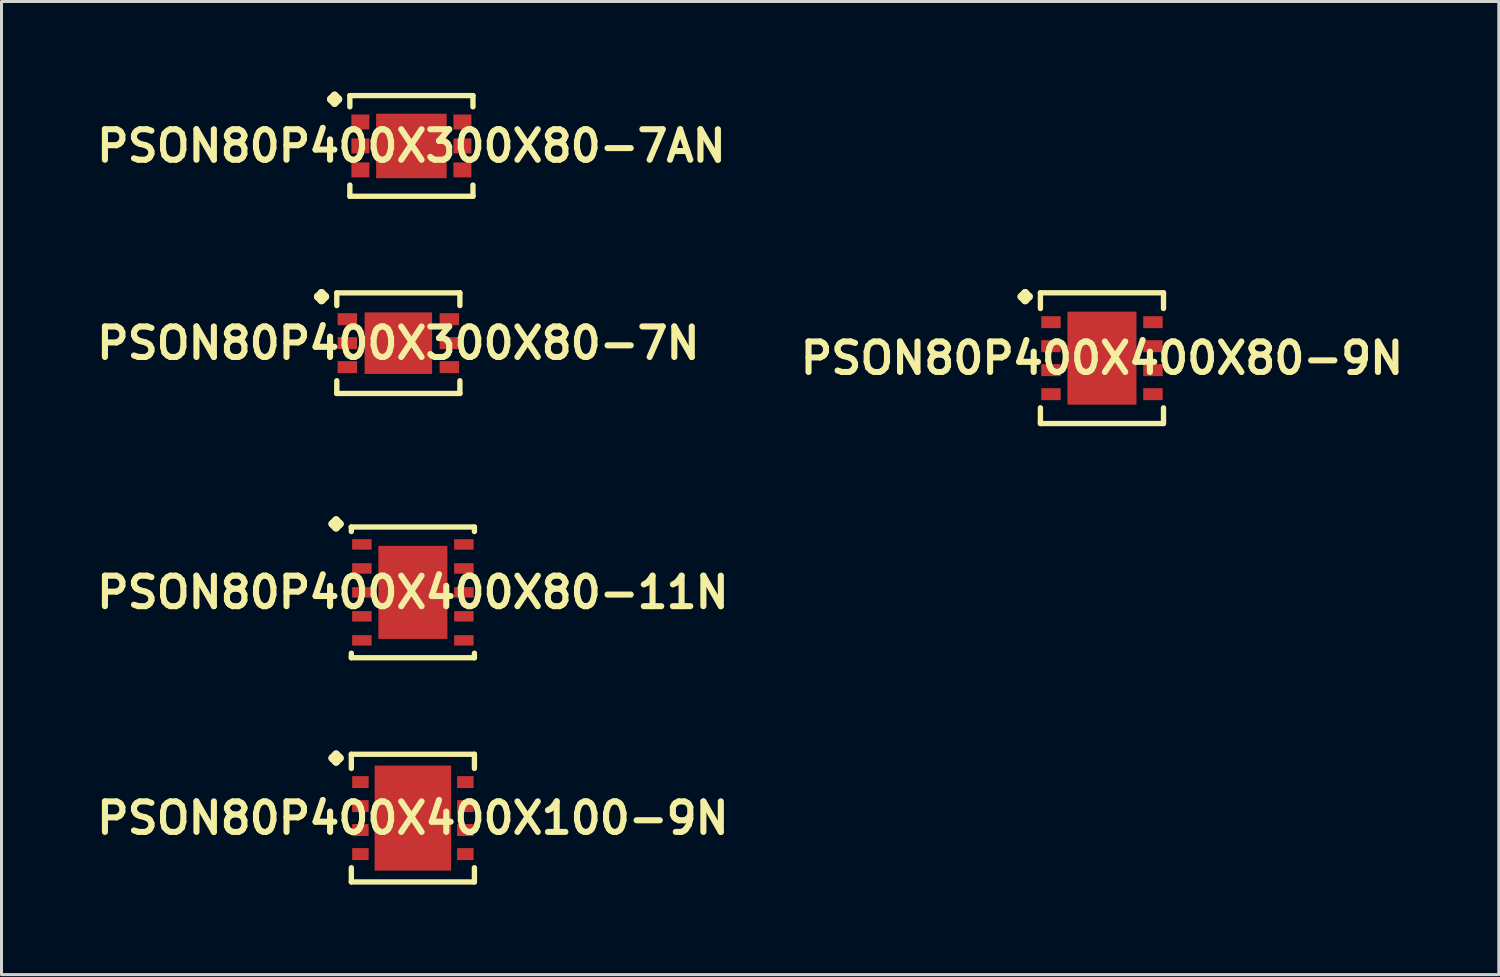
<source format=kicad_pcb>
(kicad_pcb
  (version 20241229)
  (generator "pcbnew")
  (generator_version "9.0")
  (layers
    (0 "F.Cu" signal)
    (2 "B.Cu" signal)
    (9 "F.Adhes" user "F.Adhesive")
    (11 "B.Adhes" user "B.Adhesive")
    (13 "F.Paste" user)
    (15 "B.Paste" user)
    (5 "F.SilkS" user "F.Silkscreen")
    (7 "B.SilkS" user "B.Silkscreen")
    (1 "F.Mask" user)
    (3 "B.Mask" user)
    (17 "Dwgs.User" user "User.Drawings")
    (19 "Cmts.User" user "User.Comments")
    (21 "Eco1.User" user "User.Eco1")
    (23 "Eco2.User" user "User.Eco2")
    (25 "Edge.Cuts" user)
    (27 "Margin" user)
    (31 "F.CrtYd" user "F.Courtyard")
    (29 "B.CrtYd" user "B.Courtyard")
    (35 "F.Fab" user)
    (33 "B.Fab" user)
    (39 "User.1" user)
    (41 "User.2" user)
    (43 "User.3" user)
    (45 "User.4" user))
  (footprint "PSON80P400X400X80-9N"
    (layer "F.Cu")
    (at 33.654 8.88)
    (property "Reference" "PSON80P400X400X80-9N" (at 0 0 0) (layer "F.SilkS") (effects (font (size 1.016 1.016) (thickness 0.203))))
    (attr smd)
    (fp_line (start -2.685 -2.05) (end -2.558 -2.177) (stroke (width 0.254) (type solid)) (layer "F.SilkS"))
    (fp_line (start -2.558 -2.177) (end -2.431 -2.05) (stroke (width 0.254) (type solid)) (layer "F.SilkS"))
    (fp_line (start -2.558 -1.923) (end -2.685 -2.05) (stroke (width 0.254) (type solid)) (layer "F.SilkS"))
    (fp_line (start -2.431 -2.05) (end -2.558 -1.923) (stroke (width 0.254) (type solid)) (layer "F.SilkS"))
    (fp_line (start -2.05 -2.177) (end 2.05 -2.177) (stroke (width 0.178) (type solid)) (layer "F.SilkS"))
    (fp_line (start -2.05 -1.654) (end -2.05 -2.177) (stroke (width 0.178) (type solid)) (layer "F.SilkS"))
    (fp_line (start -2.05 1.654) (end -2.05 2.177) (stroke (width 0.178) (type solid)) (layer "F.SilkS"))
    (fp_line (start -2.05 2.177) (end 2.05 2.177) (stroke (width 0.178) (type solid)) (layer "F.SilkS"))
    (fp_line (start 2.05 -2.177) (end 2.05 -1.654) (stroke (width 0.178) (type solid)) (layer "F.SilkS"))
    (fp_line (start 2.05 2.177) (end 2.05 1.654) (stroke (width 0.178) (type solid)) (layer "F.SilkS"))
    (pad "1" smd rect (at -1.699 -1.199) (size 0.648 0.399) (layers "F.Cu" "F.Mask" "F.Paste"))
    (pad "2" smd rect (at -1.699 -0.399) (size 0.648 0.399) (layers "F.Cu" "F.Mask" "F.Paste"))
    (pad "3" smd rect (at -1.699 0.399) (size 0.648 0.399) (layers "F.Cu" "F.Mask" "F.Paste"))
    (pad "4" smd rect (at -1.699 1.199) (size 0.648 0.399) (layers "F.Cu" "F.Mask" "F.Paste"))
    (pad "5" smd rect (at 1.699 1.199) (size 0.648 0.399) (layers "F.Cu" "F.Mask" "F.Paste"))
    (pad "6" smd rect (at 1.699 0.399) (size 0.648 0.399) (layers "F.Cu" "F.Mask" "F.Paste"))
    (pad "7" smd rect (at 1.699 -0.399) (size 0.648 0.399) (layers "F.Cu" "F.Mask" "F.Paste"))
    (pad "8" smd rect (at 1.699 -1.199) (size 0.648 0.399) (layers "F.Cu" "F.Mask" "F.Paste"))
    (pad "9" smd rect (at 0 0) (size 2.299 3.099) (layers "F.Cu" "F.Mask" "F.Paste")))
  (footprint "PSON80P400X400X80-11N"
    (layer "F.Cu")
    (at 10.702 16.681)
    (property "Reference" "PSON80P400X400X80-11N" (at 0 0 0) (layer "F.SilkS") (effects (font (size 1.016 1.016) (thickness 0.203))))
    (attr smd)
    (fp_line (start -2.685 -2.281) (end -2.558 -2.408) (stroke (width 0.254) (type solid)) (layer "F.SilkS"))
    (fp_line (start -2.558 -2.408) (end -2.431 -2.281) (stroke (width 0.254) (type solid)) (layer "F.SilkS"))
    (fp_line (start -2.558 -2.154) (end -2.685 -2.281) (stroke (width 0.254) (type solid)) (layer "F.SilkS"))
    (fp_line (start -2.431 -2.281) (end -2.558 -2.154) (stroke (width 0.254) (type solid)) (layer "F.SilkS"))
    (fp_line (start -2.05 -2.177) (end 2.05 -2.177) (stroke (width 0.178) (type solid)) (layer "F.SilkS"))
    (fp_line (start -2.05 -2.027) (end -2.05 -2.177) (stroke (width 0.178) (type solid)) (layer "F.SilkS"))
    (fp_line (start -2.05 2.027) (end -2.05 2.177) (stroke (width 0.178) (type solid)) (layer "F.SilkS"))
    (fp_line (start -2.05 2.177) (end 2.05 2.177) (stroke (width 0.178) (type solid)) (layer "F.SilkS"))
    (fp_line (start 2.05 -2.177) (end 2.05 -2.027) (stroke (width 0.178) (type solid)) (layer "F.SilkS"))
    (fp_line (start 2.05 2.177) (end 2.05 2.027) (stroke (width 0.178) (type solid)) (layer "F.SilkS"))
    (pad "1" smd rect (at -1.699 -1.598) (size 0.648 0.348) (layers "F.Cu" "F.Mask" "F.Paste"))
    (pad "2" smd rect (at -1.699 -0.798) (size 0.648 0.348) (layers "F.Cu" "F.Mask" "F.Paste"))
    (pad "3" smd rect (at -1.699 0) (size 0.648 0.348) (layers "F.Cu" "F.Mask" "F.Paste"))
    (pad "4" smd rect (at -1.699 0.798) (size 0.648 0.348) (layers "F.Cu" "F.Mask" "F.Paste"))
    (pad "5" smd rect (at -1.699 1.598) (size 0.648 0.348) (layers "F.Cu" "F.Mask" "F.Paste"))
    (pad "6" smd rect (at 1.699 1.598) (size 0.648 0.348) (layers "F.Cu" "F.Mask" "F.Paste"))
    (pad "7" smd rect (at 1.699 0.798) (size 0.648 0.348) (layers "F.Cu" "F.Mask" "F.Paste"))
    (pad "8" smd rect (at 1.699 0) (size 0.648 0.348) (layers "F.Cu" "F.Mask" "F.Paste"))
    (pad "9" smd rect (at 1.699 -0.798) (size 0.648 0.348) (layers "F.Cu" "F.Mask" "F.Paste"))
    (pad "10" smd rect (at 1.699 -1.598) (size 0.648 0.348) (layers "F.Cu" "F.Mask" "F.Paste"))
    (pad "11" smd rect (at 0 0) (size 2.299 3.099) (layers "F.Cu" "F.Mask" "F.Paste")))
  (footprint "PSON80P400X300X80-7N"
    (layer "F.Cu")
    (at 10.218 8.38)
    (property "Reference" "PSON80P400X300X80-7N" (at 0 0 0) (layer "F.SilkS") (effects (font (size 1.016 1.016) (thickness 0.203))))
    (attr smd)
    (fp_line (start -2.685 -1.549) (end -2.558 -1.676) (stroke (width 0.254) (type solid)) (layer "F.SilkS"))
    (fp_line (start -2.558 -1.676) (end -2.431 -1.549) (stroke (width 0.254) (type solid)) (layer "F.SilkS"))
    (fp_line (start -2.558 -1.422) (end -2.685 -1.549) (stroke (width 0.254) (type solid)) (layer "F.SilkS"))
    (fp_line (start -2.431 -1.549) (end -2.558 -1.422) (stroke (width 0.254) (type solid)) (layer "F.SilkS"))
    (fp_line (start -2.05 -1.676) (end 2.05 -1.676) (stroke (width 0.178) (type solid)) (layer "F.SilkS"))
    (fp_line (start -2.05 -1.252) (end -2.05 -1.676) (stroke (width 0.178) (type solid)) (layer "F.SilkS"))
    (fp_line (start -2.05 1.252) (end -2.05 1.676) (stroke (width 0.178) (type solid)) (layer "F.SilkS"))
    (fp_line (start -2.05 1.676) (end 2.05 1.676) (stroke (width 0.178) (type solid)) (layer "F.SilkS"))
    (fp_line (start 2.05 -1.676) (end 2.05 -1.252) (stroke (width 0.178) (type solid)) (layer "F.SilkS"))
    (fp_line (start 2.05 1.676) (end 2.05 1.252) (stroke (width 0.178) (type solid)) (layer "F.SilkS"))
    (pad "1" smd rect (at -1.699 -0.798) (size 0.648 0.399) (layers "F.Cu" "F.Mask" "F.Paste"))
    (pad "2" smd rect (at -1.699 0) (size 0.648 0.399) (layers "F.Cu" "F.Mask" "F.Paste"))
    (pad "3" smd rect (at -1.699 0.798) (size 0.648 0.399) (layers "F.Cu" "F.Mask" "F.Paste"))
    (pad "4" smd rect (at 1.699 0.798) (size 0.648 0.399) (layers "F.Cu" "F.Mask" "F.Paste"))
    (pad "5" smd rect (at 1.699 0) (size 0.648 0.399) (layers "F.Cu" "F.Mask" "F.Paste"))
    (pad "6" smd rect (at 1.699 -0.798) (size 0.648 0.399) (layers "F.Cu" "F.Mask" "F.Paste"))
    (pad "7" smd rect (at 0 0) (size 2.248 2.05) (layers "F.Cu" "F.Mask" "F.Paste")))
  (footprint "PSON80P400X400X100-9N"
    (layer "F.Cu")
    (at 10.702 24.199)
    (property "Reference" "PSON80P400X400X100-9N" (at 0 0 0) (layer "F.SilkS") (effects (font (size 1.016 1.016) (thickness 0.203))))
    (attr smd)
    (fp_line (start -2.685 -1.999) (end -2.558 -2.126) (stroke (width 0.254) (type solid)) (layer "F.SilkS"))
    (fp_line (start -2.558 -2.126) (end -2.431 -1.999) (stroke (width 0.254) (type solid)) (layer "F.SilkS"))
    (fp_line (start -2.558 -1.872) (end -2.685 -1.999) (stroke (width 0.254) (type solid)) (layer "F.SilkS"))
    (fp_line (start -2.431 -1.999) (end -2.558 -1.872) (stroke (width 0.254) (type solid)) (layer "F.SilkS"))
    (fp_line (start -2.05 -2.126) (end 2.05 -2.126) (stroke (width 0.178) (type solid)) (layer "F.SilkS"))
    (fp_line (start -2.05 -1.654) (end -2.05 -2.126) (stroke (width 0.178) (type solid)) (layer "F.SilkS"))
    (fp_line (start -2.05 1.654) (end -2.05 2.126) (stroke (width 0.178) (type solid)) (layer "F.SilkS"))
    (fp_line (start -2.05 2.126) (end 2.05 2.126) (stroke (width 0.178) (type solid)) (layer "F.SilkS"))
    (fp_line (start 2.05 -2.126) (end 2.05 -1.654) (stroke (width 0.178) (type solid)) (layer "F.SilkS"))
    (fp_line (start 2.05 2.126) (end 2.05 1.654) (stroke (width 0.178) (type solid)) (layer "F.SilkS"))
    (pad "1" smd rect (at -1.748 -1.199) (size 0.549 0.399) (layers "F.Cu" "F.Mask" "F.Paste"))
    (pad "2" smd rect (at -1.748 -0.399) (size 0.549 0.399) (layers "F.Cu" "F.Mask" "F.Paste"))
    (pad "3" smd rect (at -1.748 0.399) (size 0.549 0.399) (layers "F.Cu" "F.Mask" "F.Paste"))
    (pad "4" smd rect (at -1.748 1.199) (size 0.549 0.399) (layers "F.Cu" "F.Mask" "F.Paste"))
    (pad "5" smd rect (at 1.748 1.199) (size 0.549 0.399) (layers "F.Cu" "F.Mask" "F.Paste"))
    (pad "6" smd rect (at 1.748 0.399) (size 0.549 0.399) (layers "F.Cu" "F.Mask" "F.Paste"))
    (pad "7" smd rect (at 1.748 -0.399) (size 0.549 0.399) (layers "F.Cu" "F.Mask" "F.Paste"))
    (pad "8" smd rect (at 1.748 -1.199) (size 0.549 0.399) (layers "F.Cu" "F.Mask" "F.Paste"))
    (pad "9" smd rect (at 0 0) (size 2.548 3.498) (layers "F.Cu" "F.Mask" "F.Paste")))
  (footprint "PSON80P400X300X80-7AN"
    (layer "F.Cu")
    (at 10.653 1.811)
    (property "Reference" "PSON80P400X300X80-7AN" (at 0 0 0) (layer "F.SilkS") (effects (font (size 1.016 1.016) (thickness 0.203))))
    (attr smd)
    (fp_line (start -2.685 -1.557) (end -2.558 -1.684) (stroke (width 0.254) (type solid)) (layer "F.SilkS"))
    (fp_line (start -2.558 -1.684) (end -2.431 -1.557) (stroke (width 0.254) (type solid)) (layer "F.SilkS"))
    (fp_line (start -2.558 -1.43) (end -2.685 -1.557) (stroke (width 0.254) (type solid)) (layer "F.SilkS"))
    (fp_line (start -2.431 -1.557) (end -2.558 -1.43) (stroke (width 0.254) (type solid)) (layer "F.SilkS"))
    (fp_line (start -2.05 -1.676) (end 2.05 -1.676) (stroke (width 0.178) (type solid)) (layer "F.SilkS"))
    (fp_line (start -2.05 -1.303) (end -2.05 -1.676) (stroke (width 0.178) (type solid)) (layer "F.SilkS"))
    (fp_line (start -2.05 1.303) (end -2.05 1.676) (stroke (width 0.178) (type solid)) (layer "F.SilkS"))
    (fp_line (start -2.05 1.676) (end 2.05 1.676) (stroke (width 0.178) (type solid)) (layer "F.SilkS"))
    (fp_line (start 2.05 -1.676) (end 2.05 -1.303) (stroke (width 0.178) (type solid)) (layer "F.SilkS"))
    (fp_line (start 2.05 1.676) (end 2.05 1.303) (stroke (width 0.178) (type solid)) (layer "F.SilkS"))
    (pad "1" smd rect (at -1.699 -0.798) (size 0.599 0.498) (layers "F.Cu" "F.Mask" "F.Paste"))
    (pad "2" smd rect (at -1.699 0) (size 0.599 0.498) (layers "F.Cu" "F.Mask" "F.Paste"))
    (pad "3" smd rect (at -1.699 0.798) (size 0.599 0.498) (layers "F.Cu" "F.Mask" "F.Paste"))
    (pad "4" smd rect (at 1.699 0.798) (size 0.599 0.498) (layers "F.Cu" "F.Mask" "F.Paste"))
    (pad "5" smd rect (at 1.699 0) (size 0.599 0.498) (layers "F.Cu" "F.Mask" "F.Paste"))
    (pad "6" smd rect (at 1.699 -0.798) (size 0.599 0.498) (layers "F.Cu" "F.Mask" "F.Paste"))
    (pad "7" smd rect (at 0 0) (size 2.349 2.149) (layers "F.Cu" "F.Mask" "F.Paste")))
  (gr_rect
    (start -3 -3)
    (end 46.872 29.414)
    (stroke (width 0.1) (type default))
    (fill no)
    (layer "Edge.Cuts")))
</source>
